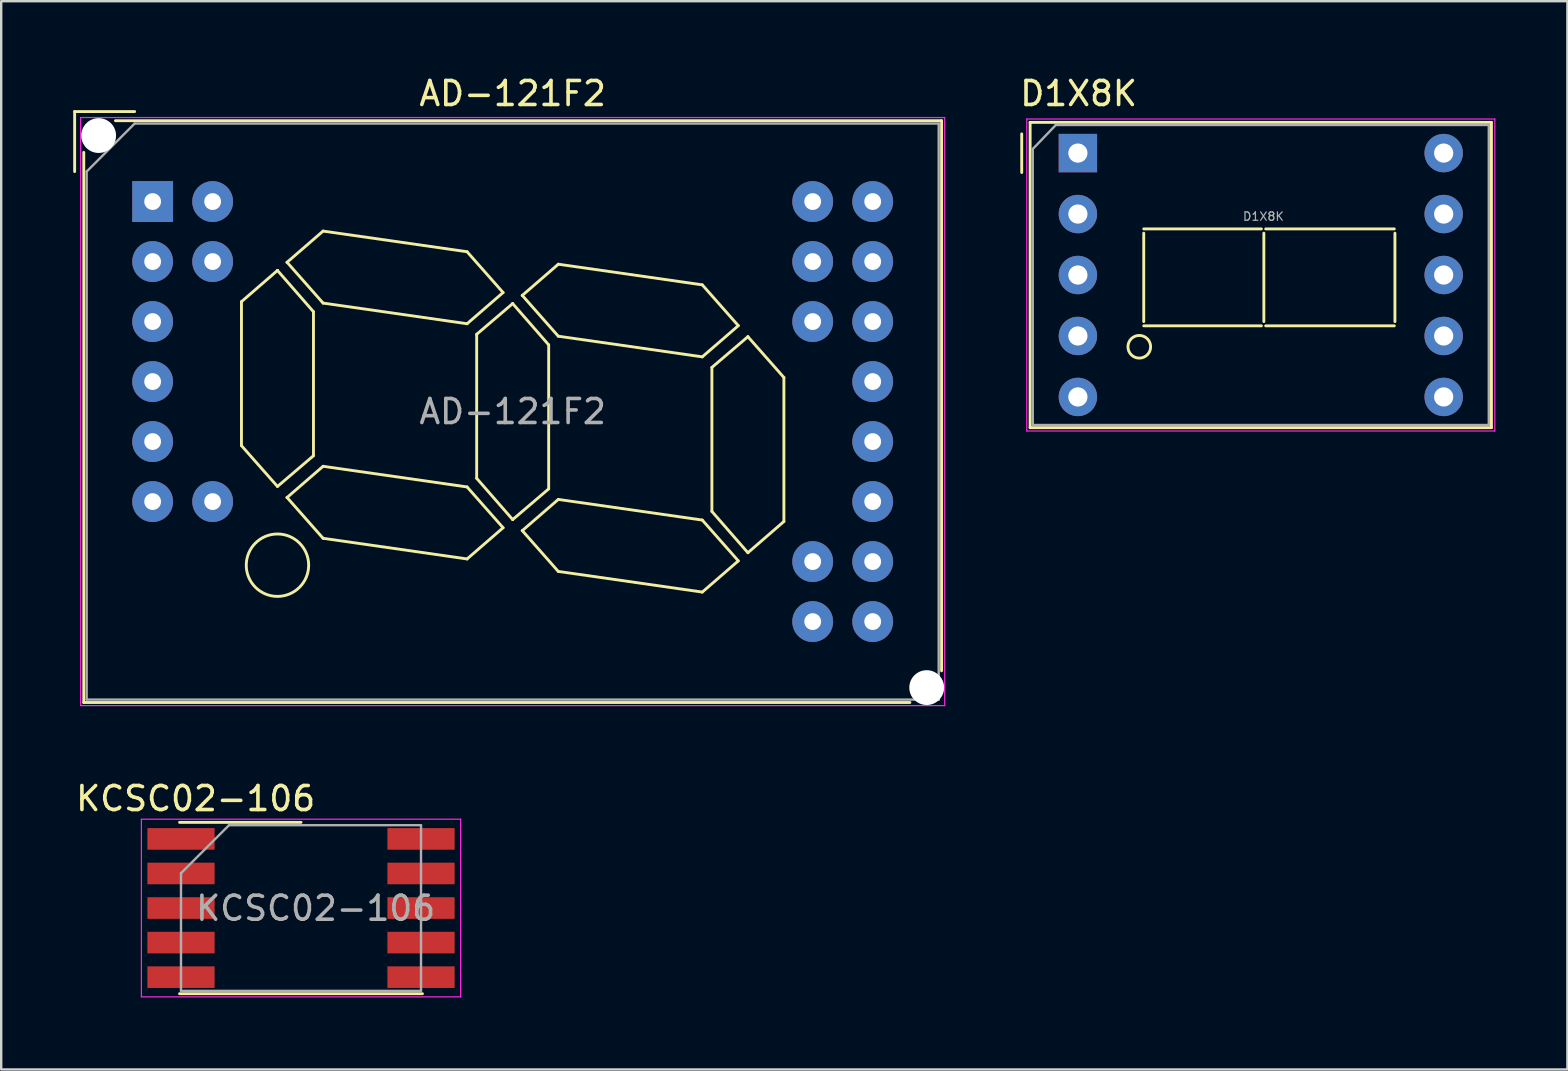
<source format=kicad_pcb>
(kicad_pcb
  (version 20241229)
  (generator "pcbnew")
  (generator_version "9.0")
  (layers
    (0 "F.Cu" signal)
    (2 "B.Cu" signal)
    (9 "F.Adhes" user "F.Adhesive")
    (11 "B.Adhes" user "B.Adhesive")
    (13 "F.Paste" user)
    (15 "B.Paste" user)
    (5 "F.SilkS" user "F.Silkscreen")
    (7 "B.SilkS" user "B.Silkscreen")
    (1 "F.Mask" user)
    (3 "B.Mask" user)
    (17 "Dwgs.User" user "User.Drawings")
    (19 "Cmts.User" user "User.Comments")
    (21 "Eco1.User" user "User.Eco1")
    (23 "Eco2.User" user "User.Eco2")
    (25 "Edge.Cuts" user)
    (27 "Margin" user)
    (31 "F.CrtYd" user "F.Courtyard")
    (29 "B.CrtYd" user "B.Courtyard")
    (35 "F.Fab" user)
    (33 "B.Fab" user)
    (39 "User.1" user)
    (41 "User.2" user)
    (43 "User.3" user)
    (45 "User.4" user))
  (footprint "AD-121F2"
    (layer "F.Cu")
    (at 3.31 5.348)
    (property "Reference" "AD-121F2" (at 15 -4.5 0) (layer "F.SilkS") (effects (font (size 1 1) (thickness 0.15))))
    (attr through_hole)
    (fp_line (start -3.25 -3.75) (end -0.75 -3.75) (stroke (width 0.12) (type solid)) (layer "F.SilkS"))
    (fp_line (start -3.25 -1.25) (end -3.25 -3.75) (stroke (width 0.12) (type solid)) (layer "F.SilkS"))
    (fp_line (start -2.87 20.87) (end -2.87 -2.05) (stroke (width 0.12) (type solid)) (layer "F.SilkS"))
    (fp_line (start -1.55 -3.37) (end 32.87 -3.37) (stroke (width 0.12) (type solid)) (layer "F.SilkS"))
    (fp_line (start 3.7 4.17) (end 5.2 2.87) (stroke (width 0.12) (type solid)) (layer "F.SilkS"))
    (fp_line (start 3.7 10.17) (end 3.7 4.17) (stroke (width 0.12) (type solid)) (layer "F.SilkS"))
    (fp_line (start 5.2 2.87) (end 5.2 2.87) (stroke (width 0.12) (type solid)) (layer "F.SilkS"))
    (fp_line (start 5.2 2.87) (end 6.7 4.59) (stroke (width 0.12) (type solid)) (layer "F.SilkS"))
    (fp_line (start 5.2 11.87) (end 3.7 10.17) (stroke (width 0.12) (type solid)) (layer "F.SilkS"))
    (fp_line (start 5.6 2.53) (end 5.6 2.53) (stroke (width 0.12) (type solid)) (layer "F.SilkS"))
    (fp_line (start 5.6 2.53) (end 7.1 4.23) (stroke (width 0.12) (type solid)) (layer "F.SilkS"))
    (fp_line (start 5.6 12.33) (end 5.6 12.33) (stroke (width 0.12) (type solid)) (layer "F.SilkS"))
    (fp_line (start 5.6 12.33) (end 7.1 14.03) (stroke (width 0.12) (type solid)) (layer "F.SilkS"))
    (fp_line (start 6.7 4.59) (end 6.7 10.59) (stroke (width 0.12) (type solid)) (layer "F.SilkS"))
    (fp_line (start 6.7 10.59) (end 5.2 11.87) (stroke (width 0.12) (type solid)) (layer "F.SilkS"))
    (fp_line (start 7.1 1.23) (end 5.6 2.53) (stroke (width 0.12) (type solid)) (layer "F.SilkS"))
    (fp_line (start 7.1 4.23) (end 13.1 5.09) (stroke (width 0.12) (type solid)) (layer "F.SilkS"))
    (fp_line (start 7.1 11.03) (end 5.6 12.33) (stroke (width 0.12) (type solid)) (layer "F.SilkS"))
    (fp_line (start 7.1 14.03) (end 13.1 14.89) (stroke (width 0.12) (type solid)) (layer "F.SilkS"))
    (fp_line (start 13.1 2.09) (end 7.1 1.23) (stroke (width 0.12) (type solid)) (layer "F.SilkS"))
    (fp_line (start 13.1 5.09) (end 14.6 3.79) (stroke (width 0.12) (type solid)) (layer "F.SilkS"))
    (fp_line (start 13.1 11.89) (end 7.1 11.03) (stroke (width 0.12) (type solid)) (layer "F.SilkS"))
    (fp_line (start 13.1 14.89) (end 14.6 13.59) (stroke (width 0.12) (type solid)) (layer "F.SilkS"))
    (fp_line (start 13.5 5.53) (end 15 4.25) (stroke (width 0.12) (type solid)) (layer "F.SilkS"))
    (fp_line (start 13.5 11.53) (end 13.5 5.53) (stroke (width 0.12) (type solid)) (layer "F.SilkS"))
    (fp_line (start 14.6 3.79) (end 13.1 2.09) (stroke (width 0.12) (type solid)) (layer "F.SilkS"))
    (fp_line (start 14.6 13.59) (end 13.1 11.89) (stroke (width 0.12) (type solid)) (layer "F.SilkS"))
    (fp_line (start 15 4.25) (end 15 4.25) (stroke (width 0.12) (type solid)) (layer "F.SilkS"))
    (fp_line (start 15 4.25) (end 16.5 5.97) (stroke (width 0.12) (type solid)) (layer "F.SilkS"))
    (fp_line (start 15 13.25) (end 13.5 11.53) (stroke (width 0.12) (type solid)) (layer "F.SilkS"))
    (fp_line (start 15.4 3.91) (end 15.4 3.91) (stroke (width 0.12) (type solid)) (layer "F.SilkS"))
    (fp_line (start 15.4 3.91) (end 16.9 5.61) (stroke (width 0.12) (type solid)) (layer "F.SilkS"))
    (fp_line (start 15.4 13.71) (end 15.4 13.71) (stroke (width 0.12) (type solid)) (layer "F.SilkS"))
    (fp_line (start 15.4 13.71) (end 16.9 15.41) (stroke (width 0.12) (type solid)) (layer "F.SilkS"))
    (fp_line (start 16.5 5.97) (end 16.5 11.97) (stroke (width 0.12) (type solid)) (layer "F.SilkS"))
    (fp_line (start 16.5 11.97) (end 15 13.25) (stroke (width 0.12) (type solid)) (layer "F.SilkS"))
    (fp_line (start 16.9 2.61) (end 15.4 3.91) (stroke (width 0.12) (type solid)) (layer "F.SilkS"))
    (fp_line (start 16.9 5.61) (end 22.9 6.47) (stroke (width 0.12) (type solid)) (layer "F.SilkS"))
    (fp_line (start 16.9 12.41) (end 15.4 13.71) (stroke (width 0.12) (type solid)) (layer "F.SilkS"))
    (fp_line (start 16.9 15.41) (end 22.9 16.27) (stroke (width 0.12) (type solid)) (layer "F.SilkS"))
    (fp_line (start 22.9 3.47) (end 16.9 2.61) (stroke (width 0.12) (type solid)) (layer "F.SilkS"))
    (fp_line (start 22.9 6.47) (end 24.4 5.17) (stroke (width 0.12) (type solid)) (layer "F.SilkS"))
    (fp_line (start 22.9 13.27) (end 16.9 12.41) (stroke (width 0.12) (type solid)) (layer "F.SilkS"))
    (fp_line (start 22.9 16.27) (end 24.4 14.97) (stroke (width 0.12) (type solid)) (layer "F.SilkS"))
    (fp_line (start 23.3 6.91) (end 24.8 5.63) (stroke (width 0.12) (type solid)) (layer "F.SilkS"))
    (fp_line (start 23.3 12.91) (end 23.3 6.91) (stroke (width 0.12) (type solid)) (layer "F.SilkS"))
    (fp_line (start 24.4 5.17) (end 22.9 3.47) (stroke (width 0.12) (type solid)) (layer "F.SilkS"))
    (fp_line (start 24.4 14.97) (end 22.9 13.27) (stroke (width 0.12) (type solid)) (layer "F.SilkS"))
    (fp_line (start 24.8 5.63) (end 24.8 5.63) (stroke (width 0.12) (type solid)) (layer "F.SilkS"))
    (fp_line (start 24.8 5.63) (end 26.3 7.33) (stroke (width 0.12) (type solid)) (layer "F.SilkS"))
    (fp_line (start 24.8 14.63) (end 23.3 12.91) (stroke (width 0.12) (type solid)) (layer "F.SilkS"))
    (fp_line (start 26.3 7.33) (end 26.3 13.33) (stroke (width 0.12) (type solid)) (layer "F.SilkS"))
    (fp_line (start 26.3 13.33) (end 24.8 14.63) (stroke (width 0.12) (type solid)) (layer "F.SilkS"))
    (fp_line (start 31.55 20.87) (end -2.87 20.87) (stroke (width 0.12) (type solid)) (layer "F.SilkS"))
    (fp_line (start 32.87 -3.37) (end 32.87 19.55) (stroke (width 0.12) (type solid)) (layer "F.SilkS"))
    (fp_circle (center 5.2 15.15) (end 6.5 15.15) (stroke (width 0.12) (type solid)) (fill no) (layer "F.SilkS"))
    (fp_line (start -3 -3.5) (end -3 21) (stroke (width 0.05) (type solid)) (layer "F.CrtYd"))
    (fp_line (start -3 21) (end 33 21) (stroke (width 0.05) (type solid)) (layer "F.CrtYd"))
    (fp_line (start 33 -3.5) (end -3 -3.5) (stroke (width 0.05) (type solid)) (layer "F.CrtYd"))
    (fp_line (start 33 21) (end 33 -3.5) (stroke (width 0.05) (type solid)) (layer "F.CrtYd"))
    (fp_line (start -2.75 -1.25) (end -0.75 -3.25) (stroke (width 0.1) (type solid)) (layer "F.Fab"))
    (fp_line (start -2.75 20.75) (end -2.75 -1.25) (stroke (width 0.1) (type solid)) (layer "F.Fab"))
    (fp_line (start -0.75 -3.25) (end 32.75 -3.25) (stroke (width 0.1) (type solid)) (layer "F.Fab"))
    (fp_line (start 32.75 -3.25) (end 32.75 20.75) (stroke (width 0.1) (type solid)) (layer "F.Fab"))
    (fp_line (start 32.75 20.75) (end -2.75 20.75) (stroke (width 0.1) (type solid)) (layer "F.Fab"))
    (fp_text user "${REFERENCE}" (at 15 8.75 0) (layer "F.Fab") (effects (font (size 1 1) (thickness 0.15))))
    (pad "" np_thru_hole circle (at -2.25 -2.75) (size 1.45 1.45) (drill 1.45) (layers "*.Cu" "*.Mask"))
    (pad "" np_thru_hole circle (at 32.25 20.25) (size 1.45 1.45) (drill 1.45) (layers "*.Cu" "*.Mask"))
    (pad "1" thru_hole rect (at 0 0) (size 1.7 1.7) (drill 0.7) (layers "*.Cu" "*.Mask"))
    (pad "2" thru_hole circle (at 0 2.5) (size 1.7 1.7) (drill 0.7) (layers "*.Cu" "*.Mask"))
    (pad "3" thru_hole circle (at 0 5) (size 1.7 1.7) (drill 0.7) (layers "*.Cu" "*.Mask"))
    (pad "4" thru_hole circle (at 0 7.5) (size 1.7 1.7) (drill 0.7) (layers "*.Cu" "*.Mask"))
    (pad "5" thru_hole circle (at 0 10) (size 1.7 1.7) (drill 0.7) (layers "*.Cu" "*.Mask"))
    (pad "6" thru_hole circle (at 0 12.5) (size 1.7 1.7) (drill 0.7) (layers "*.Cu" "*.Mask"))
    (pad "9" thru_hole circle (at 2.5 0) (size 1.7 1.7) (drill 0.7) (layers "*.Cu" "*.Mask"))
    (pad "10" thru_hole circle (at 2.5 2.5) (size 1.7 1.7) (drill 0.7) (layers "*.Cu" "*.Mask"))
    (pad "11" thru_hole circle (at 2.5 12.5) (size 1.7 1.7) (drill 0.7) (layers "*.Cu" "*.Mask"))
    (pad "13" thru_hole circle (at 27.5 0) (size 1.7 1.7) (drill 0.7) (layers "*.Cu" "*.Mask"))
    (pad "14" thru_hole circle (at 27.5 2.5) (size 1.7 1.7) (drill 0.7) (layers "*.Cu" "*.Mask"))
    (pad "15" thru_hole circle (at 27.5 5) (size 1.7 1.7) (drill 0.7) (layers "*.Cu" "*.Mask"))
    (pad "16" thru_hole circle (at 27.5 15) (size 1.7 1.7) (drill 0.7) (layers "*.Cu" "*.Mask"))
    (pad "17" thru_hole circle (at 27.5 17.5) (size 1.7 1.7) (drill 0.7) (layers "*.Cu" "*.Mask"))
    (pad "18" thru_hole circle (at 30 0) (size 1.7 1.7) (drill 0.7) (layers "*.Cu" "*.Mask"))
    (pad "19" thru_hole circle (at 30 2.5) (size 1.7 1.7) (drill 0.7) (layers "*.Cu" "*.Mask"))
    (pad "20" thru_hole circle (at 30 5) (size 1.7 1.7) (drill 0.7) (layers "*.Cu" "*.Mask"))
    (pad "21" thru_hole circle (at 30 7.5) (size 1.7 1.7) (drill 0.7) (layers "*.Cu" "*.Mask"))
    (pad "22" thru_hole circle (at 30 10) (size 1.7 1.7) (drill 0.7) (layers "*.Cu" "*.Mask"))
    (pad "23" thru_hole circle (at 30 12.5) (size 1.7 1.7) (drill 0.7) (layers "*.Cu" "*.Mask"))
    (pad "24" thru_hole circle (at 30 15) (size 1.7 1.7) (drill 0.7) (layers "*.Cu" "*.Mask"))
    (pad "25" thru_hole circle (at 30 17.5) (size 1.7 1.7) (drill 0.7) (layers "*.Cu" "*.Mask")))
  (footprint "D1X8K"
    (layer "F.Cu")
    (at 41.859 3.328)
    (property "Reference" "D1X8K" (at 0.03 -2.48 0) (layer "F.SilkS") (effects (font (size 1 1) (thickness 0.15))))
    (attr through_hole)
    (fp_line (start -2.34 -0.8) (end -2.34 0.81) (stroke (width 0.12) (type solid)) (layer "F.SilkS"))
    (fp_line (start -1.99 -1.28) (end -1.99 11.44) (stroke (width 0.12) (type solid)) (layer "F.SilkS"))
    (fp_line (start 2.744 3.337) (end 2.744 7.02) (stroke (width 0.12) (type solid)) (layer "F.SilkS"))
    (fp_line (start 7.646 3.159) (end 2.744 3.159) (stroke (width 0.12) (type solid)) (layer "F.SilkS"))
    (fp_line (start 7.646 7.198) (end 2.744 7.198) (stroke (width 0.12) (type solid)) (layer "F.SilkS"))
    (fp_line (start 7.748 3.337) (end 7.748 7.02) (stroke (width 0.12) (type solid)) (layer "F.SilkS"))
    (fp_line (start 13.183 3.159) (end 7.824 3.159) (stroke (width 0.12) (type solid)) (layer "F.SilkS"))
    (fp_line (start 13.183 7.198) (end 7.824 7.198) (stroke (width 0.12) (type solid)) (layer "F.SilkS"))
    (fp_line (start 13.209 3.337) (end 13.209 7.02) (stroke (width 0.12) (type solid)) (layer "F.SilkS"))
    (fp_line (start 17.23 -1.28) (end -1.99 -1.28) (stroke (width 0.12) (type solid)) (layer "F.SilkS"))
    (fp_line (start 17.23 -1.28) (end 17.23 11.44) (stroke (width 0.12) (type solid)) (layer "F.SilkS"))
    (fp_line (start 17.23 11.44) (end -1.99 11.44) (stroke (width 0.12) (type solid)) (layer "F.SilkS"))
    (fp_circle (center 2.558 8.07) (end 2.837 7.689) (stroke (width 0.12) (type solid)) (fill no) (layer "F.SilkS"))
    (fp_line (start -2.13 -1.42) (end -2.13 11.58) (stroke (width 0.05) (type solid)) (layer "F.CrtYd"))
    (fp_line (start 17.37 -1.42) (end -2.13 -1.42) (stroke (width 0.05) (type solid)) (layer "F.CrtYd"))
    (fp_line (start 17.37 -1.42) (end 17.37 11.58) (stroke (width 0.05) (type solid)) (layer "F.CrtYd"))
    (fp_line (start 17.37 11.58) (end -2.13 11.58) (stroke (width 0.05) (type solid)) (layer "F.CrtYd"))
    (fp_line (start -1.88 -0.17) (end -1.88 11.33) (stroke (width 0.1) (type solid)) (layer "F.Fab"))
    (fp_line (start -0.92 -1.17) (end -1.88 -0.17) (stroke (width 0.1) (type solid)) (layer "F.Fab"))
    (fp_line (start 17.12 -1.17) (end -0.92 -1.17) (stroke (width 0.1) (type solid)) (layer "F.Fab"))
    (fp_line (start 17.12 -1.17) (end 17.12 11.33) (stroke (width 0.1) (type solid)) (layer "F.Fab"))
    (fp_line (start 17.12 11.33) (end -1.88 11.33) (stroke (width 0.1) (type solid)) (layer "F.Fab"))
    (fp_text user "${REFERENCE}" (at 7.73 2.64 0) (layer "F.Fab") (effects (font (size 0.35 0.35) (thickness 0.052))))
    (pad "1" thru_hole rect (at 0 0 270) (size 1.6 1.6) (drill 0.8) (layers "*.Cu" "*.Mask"))
    (pad "2" thru_hole circle (at 0 2.54 270) (size 1.6 1.6) (drill 0.8) (layers "*.Cu" "*.Mask"))
    (pad "3" thru_hole circle (at 0 5.08 270) (size 1.6 1.6) (drill 0.8) (layers "*.Cu" "*.Mask"))
    (pad "4" thru_hole circle (at 0 7.62 270) (size 1.6 1.6) (drill 0.8) (layers "*.Cu" "*.Mask"))
    (pad "5" thru_hole circle (at 0 10.16 270) (size 1.6 1.6) (drill 0.8) (layers "*.Cu" "*.Mask"))
    (pad "6" thru_hole circle (at 15.24 10.16 270) (size 1.6 1.6) (drill 0.8) (layers "*.Cu" "*.Mask"))
    (pad "7" thru_hole circle (at 15.24 7.62 270) (size 1.6 1.6) (drill 0.8) (layers "*.Cu" "*.Mask"))
    (pad "8" thru_hole circle (at 15.24 5.08 270) (size 1.6 1.6) (drill 0.8) (layers "*.Cu" "*.Mask"))
    (pad "9" thru_hole circle (at 15.24 2.54 270) (size 1.6 1.6) (drill 0.8) (layers "*.Cu" "*.Mask"))
    (pad "10" thru_hole circle (at 15.24 0 270) (size 1.6 1.6) (drill 0.8) (layers "*.Cu" "*.Mask")))
  (footprint "KCSC02-106"
    (layer "F.Cu")
    (at 9.491 34.782)
    (property "Reference" "KCSC02-106" (at -4.39 -4.56 0) (layer "F.SilkS") (effects (font (size 1 1) (thickness 0.15))))
    (attr smd)
    (fp_line (start -5.06 -3.57) (end 0 -3.57) (stroke (width 0.12) (type solid)) (layer "F.SilkS"))
    (fp_line (start 5.06 3.57) (end -5.06 3.57) (stroke (width 0.12) (type solid)) (layer "F.SilkS"))
    (fp_line (start -6.65 -3.7) (end -6.65 3.7) (stroke (width 0.05) (type solid)) (layer "F.CrtYd"))
    (fp_line (start -6.65 -3.7) (end 6.65 -3.7) (stroke (width 0.05) (type solid)) (layer "F.CrtYd"))
    (fp_line (start 6.65 -3.7) (end 6.65 3.7) (stroke (width 0.05) (type solid)) (layer "F.CrtYd"))
    (fp_line (start 6.65 3.7) (end -6.65 3.7) (stroke (width 0.05) (type solid)) (layer "F.CrtYd"))
    (fp_line (start -5 -1.45) (end -3 -3.45) (stroke (width 0.1) (type solid)) (layer "F.Fab"))
    (fp_line (start -5 3.45) (end -5 -1.45) (stroke (width 0.1) (type solid)) (layer "F.Fab"))
    (fp_line (start -3 -3.45) (end 5 -3.45) (stroke (width 0.1) (type solid)) (layer "F.Fab"))
    (fp_line (start 5 -3.45) (end 5 3.45) (stroke (width 0.1) (type solid)) (layer "F.Fab"))
    (fp_line (start 5 3.45) (end -5 3.45) (stroke (width 0.1) (type solid)) (layer "F.Fab"))
    (fp_text user "${REFERENCE}" (at 0.61 0.01 0) (layer "F.Fab") (effects (font (size 1 1) (thickness 0.15))))
    (pad "1" smd rect (at -5 -2.88) (size 2.8 0.9) (layers "F.Cu" "F.Mask" "F.Paste"))
    (pad "2" smd rect (at -5 -1.44) (size 2.8 0.9) (layers "F.Cu" "F.Mask" "F.Paste"))
    (pad "3" smd rect (at -5 0) (size 2.8 0.9) (layers "F.Cu" "F.Mask" "F.Paste"))
    (pad "4" smd rect (at -5 1.44) (size 2.8 0.9) (layers "F.Cu" "F.Mask" "F.Paste"))
    (pad "5" smd rect (at -5 2.88) (size 2.8 0.9) (layers "F.Cu" "F.Mask" "F.Paste"))
    (pad "6" smd rect (at 5 2.88) (size 2.8 0.9) (layers "F.Cu" "F.Mask" "F.Paste"))
    (pad "7" smd rect (at 5 1.44) (size 2.8 0.9) (layers "F.Cu" "F.Mask" "F.Paste"))
    (pad "8" smd rect (at 5 0) (size 2.8 0.9) (layers "F.Cu" "F.Mask" "F.Paste"))
    (pad "9" smd rect (at 5 -1.44) (size 2.8 0.9) (layers "F.Cu" "F.Mask" "F.Paste"))
    (pad "10" smd rect (at 5 -2.88) (size 2.8 0.9) (layers "F.Cu" "F.Mask" "F.Paste")))
  (gr_rect
    (start -3 -3)
    (end 62.254 41.507)
    (stroke (width 0.1) (type default))
    (fill no)
    (layer "Edge.Cuts")))
</source>
